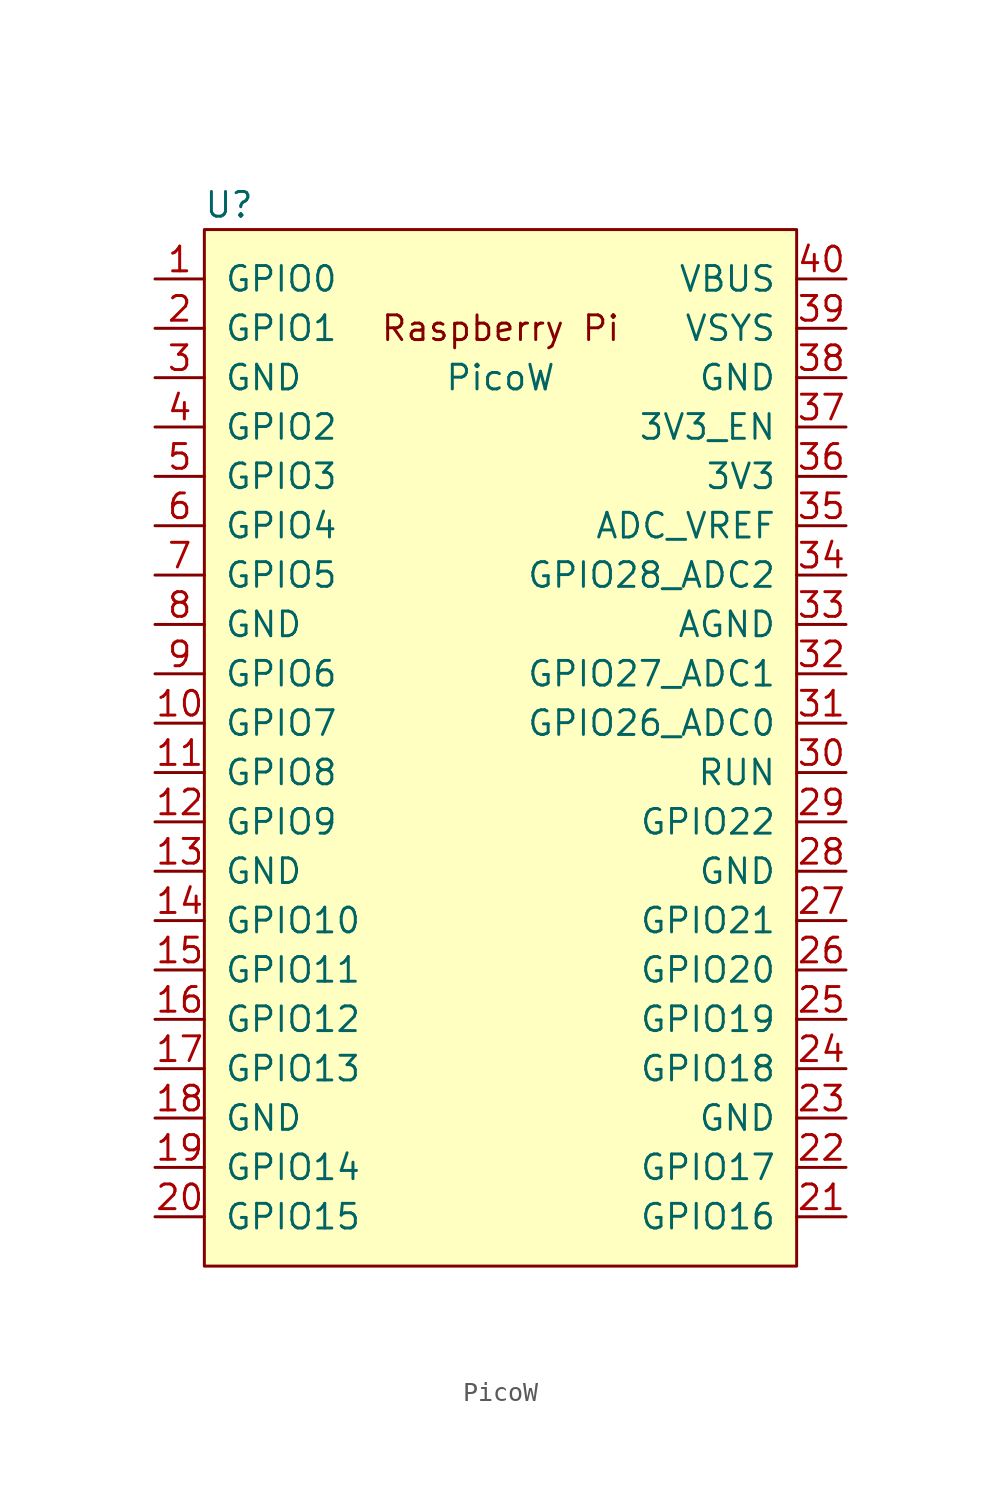
<source format=kicad_sym>
(kicad_symbol_lib
  (version 20220914)
  (generator kicad_symbol_editor)
  (symbol "PicoW"
    (pin_names
      (offset 1.016))
    (property "Reference" "U"
      (at -13.97 27.94 0)
      (effects (font (size 1.27 1.27))))
    (property "Value" "PicoW"
      (at 0 19.05 0)
      (effects (font (size 1.27 1.27))))
    (symbol "PicoW_0_0"
      (text "Raspberry Pi" (at 0 21.59 0) (effects (font (size 1.27 1.27)))))
    (symbol "PicoW_0_1"
      (rectangle (start -15.24 26.67) (end 15.24 -26.67) (stroke (width 0) (type default)) (fill (type background))))
    (symbol "PicoW_1_1"
      (pin bidirectional line (at -17.78 24.13 0) (length 2.54) (name "GPIO0" (effects (font (size 1.27 1.27)))) (number "1" (effects (font (size 1.27 1.27)))))
      (pin bidirectional line (at -17.78 1.27 0) (length 2.54) (name "GPIO7" (effects (font (size 1.27 1.27)))) (number "10" (effects (font (size 1.27 1.27)))))
      (pin bidirectional line (at -17.78 -1.27 0) (length 2.54) (name "GPIO8" (effects (font (size 1.27 1.27)))) (number "11" (effects (font (size 1.27 1.27)))))
      (pin bidirectional line (at -17.78 -3.81 0) (length 2.54) (name "GPIO9" (effects (font (size 1.27 1.27)))) (number "12" (effects (font (size 1.27 1.27)))))
      (pin power_in line (at -17.78 -6.35 0) (length 2.54) (name "GND" (effects (font (size 1.27 1.27)))) (number "13" (effects (font (size 1.27 1.27)))))
      (pin bidirectional line (at -17.78 -8.89 0) (length 2.54) (name "GPIO10" (effects (font (size 1.27 1.27)))) (number "14" (effects (font (size 1.27 1.27)))))
      (pin bidirectional line (at -17.78 -11.43 0) (length 2.54) (name "GPIO11" (effects (font (size 1.27 1.27)))) (number "15" (effects (font (size 1.27 1.27)))))
      (pin bidirectional line (at -17.78 -13.97 0) (length 2.54) (name "GPIO12" (effects (font (size 1.27 1.27)))) (number "16" (effects (font (size 1.27 1.27)))))
      (pin bidirectional line (at -17.78 -16.51 0) (length 2.54) (name "GPIO13" (effects (font (size 1.27 1.27)))) (number "17" (effects (font (size 1.27 1.27)))))
      (pin power_in line (at -17.78 -19.05 0) (length 2.54) (name "GND" (effects (font (size 1.27 1.27)))) (number "18" (effects (font (size 1.27 1.27)))))
      (pin bidirectional line (at -17.78 -21.59 0) (length 2.54) (name "GPIO14" (effects (font (size 1.27 1.27)))) (number "19" (effects (font (size 1.27 1.27)))))
      (pin bidirectional line (at -17.78 21.59 0) (length 2.54) (name "GPIO1" (effects (font (size 1.27 1.27)))) (number "2" (effects (font (size 1.27 1.27)))))
      (pin bidirectional line (at -17.78 -24.13 0) (length 2.54) (name "GPIO15" (effects (font (size 1.27 1.27)))) (number "20" (effects (font (size 1.27 1.27)))))
      (pin bidirectional line (at 17.78 -24.13 180) (length 2.54) (name "GPIO16" (effects (font (size 1.27 1.27)))) (number "21" (effects (font (size 1.27 1.27)))))
      (pin bidirectional line (at 17.78 -21.59 180) (length 2.54) (name "GPIO17" (effects (font (size 1.27 1.27)))) (number "22" (effects (font (size 1.27 1.27)))))
      (pin power_in line (at 17.78 -19.05 180) (length 2.54) (name "GND" (effects (font (size 1.27 1.27)))) (number "23" (effects (font (size 1.27 1.27)))))
      (pin bidirectional line (at 17.78 -16.51 180) (length 2.54) (name "GPIO18" (effects (font (size 1.27 1.27)))) (number "24" (effects (font (size 1.27 1.27)))))
      (pin bidirectional line (at 17.78 -13.97 180) (length 2.54) (name "GPIO19" (effects (font (size 1.27 1.27)))) (number "25" (effects (font (size 1.27 1.27)))))
      (pin bidirectional line (at 17.78 -11.43 180) (length 2.54) (name "GPIO20" (effects (font (size 1.27 1.27)))) (number "26" (effects (font (size 1.27 1.27)))))
      (pin bidirectional line (at 17.78 -8.89 180) (length 2.54) (name "GPIO21" (effects (font (size 1.27 1.27)))) (number "27" (effects (font (size 1.27 1.27)))))
      (pin power_in line (at 17.78 -6.35 180) (length 2.54) (name "GND" (effects (font (size 1.27 1.27)))) (number "28" (effects (font (size 1.27 1.27)))))
      (pin bidirectional line (at 17.78 -3.81 180) (length 2.54) (name "GPIO22" (effects (font (size 1.27 1.27)))) (number "29" (effects (font (size 1.27 1.27)))))
      (pin power_in line (at -17.78 19.05 0) (length 2.54) (name "GND" (effects (font (size 1.27 1.27)))) (number "3" (effects (font (size 1.27 1.27)))))
      (pin input line (at 17.78 -1.27 180) (length 2.54) (name "RUN" (effects (font (size 1.27 1.27)))) (number "30" (effects (font (size 1.27 1.27)))))
      (pin bidirectional line (at 17.78 1.27 180) (length 2.54) (name "GPIO26_ADC0" (effects (font (size 1.27 1.27)))) (number "31" (effects (font (size 1.27 1.27)))))
      (pin bidirectional line (at 17.78 3.81 180) (length 2.54) (name "GPIO27_ADC1" (effects (font (size 1.27 1.27)))) (number "32" (effects (font (size 1.27 1.27)))))
      (pin power_in line (at 17.78 6.35 180) (length 2.54) (name "AGND" (effects (font (size 1.27 1.27)))) (number "33" (effects (font (size 1.27 1.27)))))
      (pin bidirectional line (at 17.78 8.89 180) (length 2.54) (name "GPIO28_ADC2" (effects (font (size 1.27 1.27)))) (number "34" (effects (font (size 1.27 1.27)))))
      (pin unspecified line (at 17.78 11.43 180) (length 2.54) (name "ADC_VREF" (effects (font (size 1.27 1.27)))) (number "35" (effects (font (size 1.27 1.27)))))
      (pin power_out line (at 17.78 13.97 180) (length 2.54) (name "3V3" (effects (font (size 1.27 1.27)))) (number "36" (effects (font (size 1.27 1.27)))))
      (pin input line (at 17.78 16.51 180) (length 2.54) (name "3V3_EN" (effects (font (size 1.27 1.27)))) (number "37" (effects (font (size 1.27 1.27)))))
      (pin power_in line (at 17.78 19.05 180) (length 2.54) (name "GND" (effects (font (size 1.27 1.27)))) (number "38" (effects (font (size 1.27 1.27)))))
      (pin power_in line (at 17.78 21.59 180) (length 2.54) (name "VSYS" (effects (font (size 1.27 1.27)))) (number "39" (effects (font (size 1.27 1.27)))))
      (pin bidirectional line (at -17.78 16.51 0) (length 2.54) (name "GPIO2" (effects (font (size 1.27 1.27)))) (number "4" (effects (font (size 1.27 1.27)))))
      (pin power_out line (at 17.78 24.13 180) (length 2.54) (name "VBUS" (effects (font (size 1.27 1.27)))) (number "40" (effects (font (size 1.27 1.27)))))
      (pin bidirectional line (at -17.78 13.97 0) (length 2.54) (name "GPIO3" (effects (font (size 1.27 1.27)))) (number "5" (effects (font (size 1.27 1.27)))))
      (pin bidirectional line (at -17.78 11.43 0) (length 2.54) (name "GPIO4" (effects (font (size 1.27 1.27)))) (number "6" (effects (font (size 1.27 1.27)))))
      (pin bidirectional line (at -17.78 8.89 0) (length 2.54) (name "GPIO5" (effects (font (size 1.27 1.27)))) (number "7" (effects (font (size 1.27 1.27)))))
      (pin power_in line (at -17.78 6.35 0) (length 2.54) (name "GND" (effects (font (size 1.27 1.27)))) (number "8" (effects (font (size 1.27 1.27)))))
      (pin bidirectional line (at -17.78 3.81 0) (length 2.54) (name "GPIO6" (effects (font (size 1.27 1.27)))) (number "9" (effects (font (size 1.27 1.27))))))))
</source>
